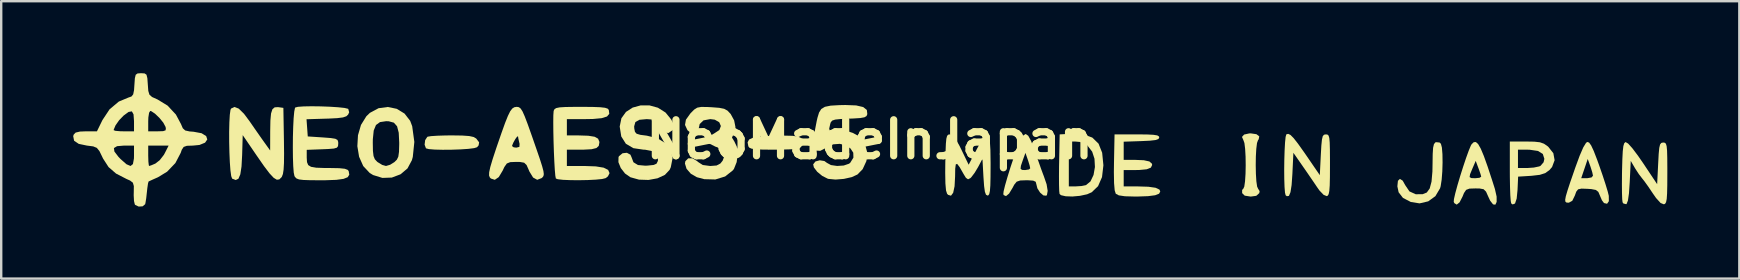
<source format=kicad_pcb>
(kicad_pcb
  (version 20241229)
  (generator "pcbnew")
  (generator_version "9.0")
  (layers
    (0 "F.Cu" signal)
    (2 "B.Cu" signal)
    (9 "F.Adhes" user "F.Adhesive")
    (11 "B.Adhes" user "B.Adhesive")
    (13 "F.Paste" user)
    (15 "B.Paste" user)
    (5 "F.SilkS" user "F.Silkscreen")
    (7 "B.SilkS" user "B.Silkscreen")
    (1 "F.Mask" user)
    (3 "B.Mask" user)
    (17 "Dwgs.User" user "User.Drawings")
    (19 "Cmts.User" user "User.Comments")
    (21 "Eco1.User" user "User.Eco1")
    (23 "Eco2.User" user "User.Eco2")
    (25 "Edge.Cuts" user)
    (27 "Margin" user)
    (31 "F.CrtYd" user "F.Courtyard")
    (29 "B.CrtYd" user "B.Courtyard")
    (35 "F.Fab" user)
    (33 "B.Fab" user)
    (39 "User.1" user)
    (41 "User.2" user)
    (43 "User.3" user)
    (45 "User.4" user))
  (footprint "NeoMadeInJapan"
    (layer "F.Cu")
    (at 33.182 2.761)
    (property "Reference" "NeoMadeInJapan" (at 0 0 0) (layer "F.SilkS") (effects (font (size 1.5 1.5) (thickness 0.3))))
    (attr board_only exclude_from_pos_files exclude_from_bom)
    (fp_poly (pts (xy -3.216 -0.153) (xy -2.99 -0.121) (xy -2.86 -0.062) (xy -2.803 0.031) (xy -2.794 0.12) (xy -2.844 0.297) (xy -2.928 0.373) (xy -3.063 0.394) (xy -3.327 0.411) (xy -3.681 0.421) (xy -4.031 0.425) (xy -4.459 0.421) (xy -4.747 0.408) (xy -4.923 0.382) (xy -5.017 0.339) (xy -5.054 0.286) (xy -5.086 0.12) (xy -5.024 0.002) (xy -4.85 -0.078) (xy -4.545 -0.126) (xy -4.09 -0.151) (xy -4.055 -0.152) (xy -3.563 -0.161)) (stroke (width 0) (type solid)) (fill yes) (layer "F.SilkS"))
    (fp_poly (pts (xy -16.971 -0.164) (xy -16.682 -0.143) (xy -16.499 -0.103) (xy -16.393 -0.04) (xy -16.389 -0.036) (xy -16.271 0.119) (xy -16.292 0.246) (xy -16.358 0.323) (xy -16.475 0.36) (xy -16.72 0.391) (xy -17.048 0.413) (xy -17.419 0.426) (xy -17.79 0.429) (xy -18.119 0.421) (xy -18.365 0.401) (xy -18.485 0.369) (xy -18.486 0.368) (xy -18.542 0.217) (xy -18.519 0.028) (xy -18.431 -0.107) (xy -18.408 -0.118) (xy -18.27 -0.14) (xy -18.006 -0.157) (xy -17.658 -0.168) (xy -17.398 -0.17)) (stroke (width 0) (type solid)) (fill yes) (layer "F.SilkS"))
    (fp_poly (pts (xy 23.742 0.126) (xy 23.799 0.179) (xy 23.84 0.335) (xy 23.863 0.612) (xy 23.868 0.961) (xy 23.857 1.332) (xy 23.83 1.677) (xy 23.788 1.947) (xy 23.765 2.031) (xy 23.569 2.361) (xy 23.271 2.577) (xy 22.91 2.662) (xy 22.545 2.604) (xy 22.218 2.434) (xy 22.037 2.2) (xy 21.985 1.952) (xy 22.008 1.722) (xy 22.091 1.642) (xy 22.207 1.716) (xy 22.311 1.902) (xy 22.488 2.163) (xy 22.75 2.282) (xy 23.04 2.279) (xy 23.211 2.209) (xy 23.332 2.041) (xy 23.408 1.756) (xy 23.445 1.336) (xy 23.451 0.995) (xy 23.457 0.6) (xy 23.474 0.343) (xy 23.509 0.195) (xy 23.566 0.124) (xy 23.588 0.112)) (stroke (width 0) (type solid)) (fill yes) (layer "F.SilkS"))
    (fp_poly (pts (xy 16.113 -0.22) (xy 16.231 -0.131) (xy 16.207 -0.005) (xy 16.181 0.024) (xy 16.137 0.148) (xy 16.107 0.392) (xy 16.089 0.714) (xy 16.084 1.073) (xy 16.091 1.429) (xy 16.11 1.739) (xy 16.142 1.962) (xy 16.186 2.058) (xy 16.187 2.058) (xy 16.246 2.151) (xy 16.232 2.235) (xy 16.107 2.347) (xy 15.875 2.379) (xy 15.625 2.34) (xy 15.518 2.235) (xy 15.518 2.099) (xy 15.563 2.058) (xy 15.607 1.963) (xy 15.639 1.741) (xy 15.659 1.431) (xy 15.666 1.076) (xy 15.661 0.716) (xy 15.643 0.394) (xy 15.613 0.149) (xy 15.569 0.025) (xy 15.569 0.024) (xy 15.511 -0.106) (xy 15.6 -0.205) (xy 15.815 -0.253) (xy 15.875 -0.255)) (stroke (width 0) (type solid)) (fill yes) (layer "F.SilkS"))
    (fp_poly (pts (xy 8.898 -0.214) (xy 9.274 -0.08) (xy 9.535 0.173) (xy 9.686 0.552) (xy 9.737 1.066) (xy 9.737 1.082) (xy 9.68 1.567) (xy 9.515 1.945) (xy 9.25 2.199) (xy 9.061 2.283) (xy 8.758 2.348) (xy 8.444 2.376) (xy 8.165 2.366) (xy 7.971 2.321) (xy 7.911 2.268) (xy 7.897 2.147) (xy 7.889 1.89) (xy 7.887 1.531) (xy 7.89 1.106) (xy 7.893 0.973) (xy 7.91 0.085) (xy 8.297 0.085) (xy 8.297 1.019) (xy 8.297 1.954) (xy 8.587 1.954) (xy 8.828 1.939) (xy 9.009 1.902) (xy 9.013 1.901) (xy 9.2 1.746) (xy 9.327 1.478) (xy 9.385 1.147) (xy 9.366 0.801) (xy 9.27 0.508) (xy 9.06 0.236) (xy 8.769 0.104) (xy 8.557 0.085) (xy 8.297 0.085) (xy 7.91 0.085) (xy 7.916 -0.212) (xy 8.396 -0.238)) (stroke (width 0) (type solid)) (fill yes) (layer "F.SilkS"))
    (fp_poly (pts (xy 27.692 0.091) (xy 27.925 0.117) (xy 28.091 0.176) (xy 28.24 0.278) (xy 28.272 0.305) (xy 28.483 0.572) (xy 28.536 0.863) (xy 28.43 1.148) (xy 28.318 1.277) (xy 28.145 1.401) (xy 27.919 1.473) (xy 27.583 1.512) (xy 27.56 1.514) (xy 27.016 1.548) (xy 26.991 2.105) (xy 26.955 2.465) (xy 26.887 2.667) (xy 26.789 2.707) (xy 26.728 2.664) (xy 26.708 2.562) (xy 26.69 2.322) (xy 26.678 1.975) (xy 26.671 1.553) (xy 26.67 1.345) (xy 26.67 0.425) (xy 27.009 0.425) (xy 27.009 0.807) (xy 27.009 1.189) (xy 27.395 1.189) (xy 27.669 1.17) (xy 27.893 1.123) (xy 27.946 1.101) (xy 28.077 0.949) (xy 28.109 0.807) (xy 28.044 0.603) (xy 27.842 0.478) (xy 27.495 0.427) (xy 27.395 0.425) (xy 27.009 0.425) (xy 26.67 0.425) (xy 26.67 0.085) (xy 27.341 0.085)) (stroke (width 0) (type solid)) (fill yes) (layer "F.SilkS"))
    (fp_poly (pts (xy 11.551 -0.209) (xy 11.825 -0.195) (xy 11.984 -0.169) (xy 12.054 -0.125) (xy 12.065 -0.085) (xy 12.032 -0.02) (xy 11.913 0.023) (xy 11.68 0.05) (xy 11.324 0.067) (xy 10.583 0.092) (xy 10.583 0.471) (xy 10.583 0.849) (xy 11.042 0.849) (xy 11.422 0.865) (xy 11.654 0.916) (xy 11.758 1.007) (xy 11.769 1.062) (xy 11.715 1.173) (xy 11.543 1.241) (xy 11.231 1.271) (xy 11.042 1.274) (xy 10.583 1.274) (xy 10.583 1.614) (xy 10.583 1.954) (xy 11.155 1.955) (xy 11.611 1.969) (xy 11.912 2.012) (xy 12.072 2.087) (xy 12.107 2.166) (xy 12.057 2.259) (xy 11.894 2.323) (xy 11.602 2.361) (xy 11.163 2.377) (xy 11.038 2.377) (xy 10.635 2.366) (xy 10.38 2.328) (xy 10.253 2.261) (xy 10.253 2.261) (xy 10.208 2.118) (xy 10.182 1.818) (xy 10.174 1.357) (xy 10.179 0.965) (xy 10.202 -0.212) (xy 11.134 -0.212)) (stroke (width 0) (type solid)) (fill yes) (layer "F.SilkS"))
    (fp_poly (pts (xy -26.285 -1.285) (xy -26.067 -1.071) (xy -25.838 -0.765) (xy -25.616 -0.444) (xy -25.395 -0.128) (xy -25.222 0.117) (xy -25.217 0.123) (xy -24.977 0.458) (xy -24.975 -0.344) (xy -24.967 -0.786) (xy -24.94 -1.082) (xy -24.883 -1.259) (xy -24.79 -1.339) (xy -24.651 -1.348) (xy -24.628 -1.345) (xy -24.426 -1.317) (xy -24.403 0.045) (xy -24.397 0.585) (xy -24.401 0.98) (xy -24.417 1.256) (xy -24.445 1.438) (xy -24.489 1.552) (xy -24.504 1.574) (xy -24.597 1.664) (xy -24.7 1.676) (xy -24.83 1.597) (xy -25.002 1.413) (xy -25.232 1.11) (xy -25.527 0.686) (xy -26.12 -0.182) (xy -26.144 0.647) (xy -26.17 1.127) (xy -26.22 1.452) (xy -26.298 1.635) (xy -26.411 1.689) (xy -26.561 1.631) (xy -26.599 1.525) (xy -26.632 1.285) (xy -26.657 0.945) (xy -26.674 0.54) (xy -26.684 0.105) (xy -26.685 -0.324) (xy -26.676 -0.714) (xy -26.658 -1.028) (xy -26.63 -1.231) (xy -26.607 -1.287) (xy -26.461 -1.355)) (stroke (width 0) (type solid)) (fill yes) (layer "F.SilkS"))
    (fp_poly (pts (xy -19.702 -1.277) (xy -19.379 -1.08) (xy -19.143 -0.776) (xy -19.059 -0.551) (xy -18.97 0.102) (xy -19.034 0.725) (xy -19.071 0.862) (xy -19.255 1.206) (xy -19.547 1.451) (xy -19.908 1.587) (xy -20.301 1.601) (xy -20.687 1.482) (xy -20.828 1.396) (xy -21.099 1.107) (xy -21.271 0.721) (xy -21.344 0.28) (xy -21.336 0.139) (xy -20.701 0.139) (xy -20.695 0.476) (xy -20.67 0.689) (xy -20.615 0.825) (xy -20.518 0.928) (xy -20.501 0.942) (xy -20.308 1.06) (xy -20.151 1.104) (xy -19.978 1.053) (xy -19.8 0.942) (xy -19.697 0.84) (xy -19.637 0.714) (xy -19.609 0.516) (xy -19.6 0.203) (xy -19.6 0.128) (xy -19.62 -0.281) (xy -19.689 -0.549) (xy -19.822 -0.7) (xy -20.035 -0.758) (xy -20.146 -0.762) (xy -20.401 -0.724) (xy -20.568 -0.603) (xy -20.662 -0.373) (xy -20.699 -0.009) (xy -20.701 0.139) (xy -21.336 0.139) (xy -21.318 -0.176) (xy -21.193 -0.606) (xy -20.969 -0.967) (xy -20.822 -1.109) (xy -20.46 -1.303) (xy -20.074 -1.355)) (stroke (width 0) (type solid)) (fill yes) (layer "F.SilkS"))
    (fp_poly (pts (xy 29.972 0.129) (xy 30.058 0.248) (xy 30.166 0.479) (xy 30.307 0.843) (xy 30.392 1.079) (xy 30.534 1.489) (xy 30.657 1.865) (xy 30.748 2.165) (xy 30.793 2.347) (xy 30.796 2.572) (xy 30.722 2.678) (xy 30.594 2.649) (xy 30.507 2.533) (xy 30.423 2.336) (xy 30.357 2.183) (xy 30.255 2.103) (xy 30.064 2.067) (xy 29.91 2.056) (xy 29.655 2.047) (xy 29.515 2.077) (xy 29.438 2.174) (xy 29.381 2.332) (xy 29.272 2.555) (xy 29.129 2.633) (xy 29.109 2.633) (xy 29.033 2.628) (xy 28.987 2.595) (xy 28.976 2.515) (xy 29.003 2.365) (xy 29.074 2.123) (xy 29.191 1.768) (xy 29.245 1.614) (xy 29.644 1.614) (xy 29.892 1.614) (xy 30.074 1.582) (xy 30.135 1.508) (xy 30.103 1.361) (xy 30.034 1.141) (xy 30.022 1.107) (xy 29.916 0.812) (xy 29.78 1.213) (xy 29.644 1.614) (xy 29.245 1.614) (xy 29.361 1.278) (xy 29.391 1.19) (xy 29.579 0.678) (xy 29.73 0.329) (xy 29.845 0.141) (xy 29.898 0.103)) (stroke (width 0) (type solid)) (fill yes) (layer "F.SilkS"))
    (fp_poly (pts (xy 25.352 0.194) (xy 25.46 0.384) (xy 25.589 0.691) (xy 25.745 1.128) (xy 25.936 1.708) (xy 26.049 2.064) (xy 26.12 2.379) (xy 26.121 2.602) (xy 26.067 2.716) (xy 25.972 2.704) (xy 25.851 2.55) (xy 25.771 2.379) (xy 25.679 2.173) (xy 25.578 2.073) (xy 25.407 2.041) (xy 25.234 2.039) (xy 24.988 2.047) (xy 24.85 2.099) (xy 24.76 2.232) (xy 24.7 2.379) (xy 24.576 2.62) (xy 24.458 2.714) (xy 24.359 2.653) (xy 24.333 2.599) (xy 24.343 2.481) (xy 24.398 2.24) (xy 24.487 1.912) (xy 24.59 1.565) (xy 24.994 1.565) (xy 25.063 1.608) (xy 25.231 1.614) (xy 25.407 1.596) (xy 25.478 1.551) (xy 25.478 1.55) (xy 25.447 1.435) (xy 25.377 1.233) (xy 25.36 1.189) (xy 25.249 0.892) (xy 25.113 1.208) (xy 25.015 1.445) (xy 24.994 1.565) (xy 24.59 1.565) (xy 24.599 1.534) (xy 24.723 1.143) (xy 24.846 0.775) (xy 24.957 0.468) (xy 25.045 0.256) (xy 25.083 0.191) (xy 25.17 0.111) (xy 25.258 0.108)) (stroke (width 0) (type solid)) (fill yes) (layer "F.SilkS"))
    (fp_poly (pts (xy 6.607 -0.155) (xy 6.723 0.059) (xy 6.858 0.41) (xy 6.907 0.552) (xy 7.032 0.912) (xy 7.145 1.233) (xy 7.231 1.465) (xy 7.256 1.529) (xy 7.372 1.868) (xy 7.416 2.141) (xy 7.386 2.313) (xy 7.357 2.342) (xy 7.237 2.33) (xy 7.1 2.212) (xy 6.987 2.035) (xy 6.943 1.859) (xy 6.917 1.762) (xy 6.812 1.714) (xy 6.588 1.699) (xy 6.526 1.699) (xy 6.272 1.708) (xy 6.124 1.759) (xy 6.022 1.885) (xy 5.955 2.013) (xy 5.808 2.254) (xy 5.68 2.359) (xy 5.586 2.318) (xy 5.568 2.277) (xy 5.58 2.161) (xy 5.64 1.915) (xy 5.738 1.573) (xy 5.847 1.222) (xy 6.287 1.222) (xy 6.351 1.268) (xy 6.477 1.274) (xy 6.636 1.249) (xy 6.689 1.202) (xy 6.663 1.079) (xy 6.6 0.874) (xy 6.589 0.844) (xy 6.49 0.558) (xy 6.384 0.852) (xy 6.301 1.097) (xy 6.287 1.222) (xy 5.847 1.222) (xy 5.865 1.164) (xy 5.927 0.977) (xy 6.111 0.441) (xy 6.261 0.065) (xy 6.386 -0.157) (xy 6.498 -0.229)) (stroke (width 0) (type solid)) (fill yes) (layer "F.SilkS"))
    (fp_poly (pts (xy 17.534 -0.187) (xy 17.664 -0.056) (xy 17.845 0.175) (xy 18.094 0.525) (xy 18.22 0.707) (xy 18.754 1.487) (xy 18.796 0.637) (xy 18.818 0.25) (xy 18.843 0.002) (xy 18.877 -0.138) (xy 18.93 -0.199) (xy 19.008 -0.212) (xy 19.008 -0.212) (xy 19.073 -0.204) (xy 19.119 -0.162) (xy 19.149 -0.061) (xy 19.166 0.123) (xy 19.174 0.417) (xy 19.177 0.846) (xy 19.177 1.061) (xy 19.175 1.558) (xy 19.167 1.911) (xy 19.15 2.143) (xy 19.122 2.279) (xy 19.08 2.344) (xy 19.043 2.36) (xy 18.913 2.307) (xy 18.742 2.129) (xy 18.664 2.021) (xy 18.49 1.764) (xy 18.267 1.438) (xy 18.041 1.112) (xy 18.037 1.106) (xy 17.653 0.555) (xy 17.611 1.439) (xy 17.579 1.897) (xy 17.532 2.196) (xy 17.468 2.349) (xy 17.382 2.364) (xy 17.33 2.324) (xy 17.303 2.214) (xy 17.284 1.975) (xy 17.273 1.642) (xy 17.27 1.255) (xy 17.275 0.849) (xy 17.287 0.462) (xy 17.305 0.131) (xy 17.329 -0.107) (xy 17.359 -0.213) (xy 17.36 -0.215) (xy 17.438 -0.234)) (stroke (width 0) (type solid)) (fill yes) (layer "F.SilkS"))
    (fp_poly (pts (xy 4.963 -0.151) (xy 5.007 0.065) (xy 5.03 0.436) (xy 5.038 0.97) (xy 5.038 1.062) (xy 5.035 1.561) (xy 5.027 1.913) (xy 5.01 2.143) (xy 4.982 2.274) (xy 4.941 2.329) (xy 4.911 2.336) (xy 4.846 2.301) (xy 4.8 2.177) (xy 4.767 1.936) (xy 4.741 1.572) (xy 4.699 0.807) (xy 4.515 1.153) (xy 4.374 1.388) (xy 4.238 1.568) (xy 4.199 1.608) (xy 4.099 1.659) (xy 4.01 1.598) (xy 3.917 1.447) (xy 3.75 1.154) (xy 3.645 1.017) (xy 3.588 1.037) (xy 3.564 1.22) (xy 3.559 1.54) (xy 3.537 1.95) (xy 3.479 2.22) (xy 3.388 2.342) (xy 3.269 2.307) (xy 3.226 2.262) (xy 3.181 2.123) (xy 3.155 1.832) (xy 3.147 1.383) (xy 3.151 0.965) (xy 3.162 0.497) (xy 3.175 0.173) (xy 3.195 -0.034) (xy 3.226 -0.15) (xy 3.272 -0.201) (xy 3.338 -0.212) (xy 3.344 -0.212) (xy 3.456 -0.168) (xy 3.582 -0.02) (xy 3.738 0.256) (xy 3.819 0.42) (xy 4.124 1.051) (xy 4.454 0.42) (xy 4.642 0.075) (xy 4.786 -0.139) (xy 4.891 -0.217)) (stroke (width 0) (type solid)) (fill yes) (layer "F.SilkS"))
    (fp_poly (pts (xy 31.599 0.17) (xy 31.773 0.363) (xy 32.007 0.673) (xy 32.216 0.975) (xy 32.808 1.862) (xy 32.851 0.995) (xy 32.872 0.603) (xy 32.896 0.35) (xy 32.93 0.207) (xy 32.981 0.143) (xy 33.057 0.127) (xy 33.062 0.127) (xy 33.127 0.136) (xy 33.173 0.178) (xy 33.203 0.278) (xy 33.221 0.463) (xy 33.229 0.757) (xy 33.232 1.186) (xy 33.232 1.401) (xy 33.23 1.895) (xy 33.222 2.245) (xy 33.207 2.475) (xy 33.18 2.611) (xy 33.139 2.679) (xy 33.088 2.701) (xy 32.951 2.646) (xy 32.761 2.437) (xy 32.622 2.238) (xy 32.44 1.967) (xy 32.276 1.739) (xy 32.173 1.609) (xy 32.046 1.444) (xy 31.899 1.218) (xy 31.877 1.181) (xy 31.708 0.892) (xy 31.665 1.777) (xy 31.634 2.242) (xy 31.591 2.543) (xy 31.535 2.685) (xy 31.517 2.697) (xy 31.398 2.665) (xy 31.367 2.615) (xy 31.352 2.491) (xy 31.343 2.231) (xy 31.34 1.871) (xy 31.343 1.445) (xy 31.345 1.314) (xy 31.358 0.831) (xy 31.375 0.493) (xy 31.4 0.277) (xy 31.436 0.158) (xy 31.485 0.111) (xy 31.496 0.109)) (stroke (width 0) (type solid)) (fill yes) (layer "F.SilkS"))
    (fp_poly (pts (xy -11.55 -1.356) (xy -11.23 -1.344) (xy -11.026 -1.321) (xy -10.914 -1.284) (xy -10.868 -1.231) (xy -10.848 -1.07) (xy -10.942 -0.958) (xy -11.164 -0.888) (xy -11.529 -0.854) (xy -11.821 -0.849) (xy -12.615 -0.849) (xy -12.615 -0.51) (xy -12.615 -0.17) (xy -12.129 -0.169) (xy -11.723 -0.156) (xy -11.46 -0.114) (xy -11.315 -0.034) (xy -11.262 0.093) (xy -11.261 0.128) (xy -11.287 0.268) (xy -11.386 0.357) (xy -11.587 0.406) (xy -11.917 0.424) (xy -12.072 0.425) (xy -12.615 0.425) (xy -12.615 0.765) (xy -12.615 1.104) (xy -11.89 1.104) (xy -11.41 1.121) (xy -11.083 1.174) (xy -10.896 1.267) (xy -10.837 1.402) (xy -10.904 1.536) (xy -11.001 1.611) (xy -11.147 1.647) (xy -11.408 1.673) (xy -11.743 1.69) (xy -12.11 1.697) (xy -12.468 1.694) (xy -12.776 1.681) (xy -12.992 1.656) (xy -13.074 1.626) (xy -13.096 1.511) (xy -13.118 1.263) (xy -13.138 0.917) (xy -13.156 0.51) (xy -13.17 0.078) (xy -13.179 -0.343) (xy -13.182 -0.718) (xy -13.179 -1.009) (xy -13.167 -1.18) (xy -13.162 -1.2) (xy -13.128 -1.266) (xy -13.054 -1.31) (xy -12.913 -1.338) (xy -12.677 -1.353) (xy -12.317 -1.358) (xy -12.014 -1.359)) (stroke (width 0) (type solid)) (fill yes) (layer "F.SilkS"))
    (fp_poly (pts (xy -14.616 -1.346) (xy -14.542 -1.291) (xy -14.464 -1.171) (xy -14.371 -0.963) (xy -14.249 -0.643) (xy -14.087 -0.187) (xy -14.064 -0.122) (xy -13.875 0.422) (xy -13.736 0.827) (xy -13.644 1.118) (xy -13.592 1.315) (xy -13.576 1.443) (xy -13.591 1.522) (xy -13.63 1.576) (xy -13.667 1.609) (xy -13.851 1.68) (xy -14.023 1.585) (xy -14.179 1.329) (xy -14.201 1.274) (xy -14.293 1.067) (xy -14.394 0.968) (xy -14.566 0.937) (xy -14.73 0.934) (xy -14.976 0.944) (xy -15.117 1.001) (xy -15.219 1.146) (xy -15.289 1.295) (xy -15.452 1.567) (xy -15.617 1.68) (xy -15.779 1.628) (xy -15.825 1.581) (xy -15.857 1.501) (xy -15.852 1.364) (xy -15.805 1.146) (xy -15.709 0.822) (xy -15.559 0.367) (xy -15.53 0.282) (xy -15.528 0.276) (xy -14.898 0.276) (xy -14.829 0.327) (xy -14.722 0.34) (xy -14.594 0.309) (xy -14.585 0.184) (xy -14.594 0.149) (xy -14.636 -0.038) (xy -14.649 -0.127) (xy -14.684 -0.123) (xy -14.759 -0.023) (xy -14.84 0.119) (xy -14.893 0.246) (xy -14.898 0.276) (xy -15.528 0.276) (xy -15.338 -0.274) (xy -15.189 -0.689) (xy -15.071 -0.983) (xy -14.975 -1.177) (xy -14.889 -1.29) (xy -14.804 -1.344) (xy -14.708 -1.359) (xy -14.697 -1.359)) (stroke (width 0) (type solid)) (fill yes) (layer "F.SilkS"))
    (fp_poly (pts (xy -9.177 -1.421) (xy -8.822 -1.323) (xy -8.506 -1.124) (xy -8.268 -0.833) (xy -8.162 -0.623) (xy -8.147 -0.492) (xy -8.205 -0.392) (xy -8.387 -0.267) (xy -8.578 -0.306) (xy -8.766 -0.507) (xy -8.794 -0.552) (xy -8.934 -0.749) (xy -9.087 -0.833) (xy -9.289 -0.848) (xy -9.595 -0.82) (xy -9.761 -0.725) (xy -9.812 -0.547) (xy -9.807 -0.458) (xy -9.779 -0.319) (xy -9.709 -0.239) (xy -9.552 -0.193) (xy -9.286 -0.159) (xy -8.84 -0.05) (xy -8.503 0.158) (xy -8.289 0.442) (xy -8.212 0.782) (xy -8.286 1.157) (xy -8.334 1.263) (xy -8.53 1.473) (xy -8.838 1.617) (xy -9.214 1.686) (xy -9.611 1.673) (xy -9.969 1.573) (xy -10.194 1.416) (xy -10.369 1.19) (xy -10.468 0.945) (xy -10.463 0.734) (xy -10.444 0.696) (xy -10.295 0.574) (xy -10.115 0.554) (xy -9.968 0.633) (xy -9.922 0.737) (xy -9.841 0.949) (xy -9.656 1.064) (xy -9.346 1.092) (xy -9.256 1.088) (xy -9.006 1.062) (xy -8.879 1.008) (xy -8.827 0.901) (xy -8.818 0.854) (xy -8.858 0.632) (xy -9.041 0.487) (xy -9.355 0.426) (xy -9.418 0.425) (xy -9.846 0.362) (xy -10.158 0.177) (xy -10.349 -0.126) (xy -10.414 -0.539) (xy -10.343 -0.884) (xy -10.153 -1.148) (xy -9.874 -1.329) (xy -9.538 -1.421)) (stroke (width 0) (type solid)) (fill yes) (layer "F.SilkS"))
    (fp_poly (pts (xy -22.873 -1.379) (xy -22.494 -1.365) (xy -22.151 -1.343) (xy -21.884 -1.315) (xy -21.736 -1.28) (xy -21.722 -1.271) (xy -21.685 -1.132) (xy -21.728 -1.038) (xy -21.803 -0.967) (xy -21.943 -0.919) (xy -22.181 -0.889) (xy -22.55 -0.87) (xy -22.641 -0.868) (xy -23.462 -0.843) (xy -23.436 -0.485) (xy -23.41 -0.127) (xy -22.775 -0.085) (xy -22.452 -0.06) (xy -22.263 -0.03) (xy -22.171 0.02) (xy -22.142 0.104) (xy -22.14 0.17) (xy -22.149 0.277) (xy -22.198 0.342) (xy -22.322 0.378) (xy -22.556 0.397) (xy -22.797 0.407) (xy -23.453 0.432) (xy -23.453 0.759) (xy -23.442 0.943) (xy -23.392 1.066) (xy -23.273 1.139) (xy -23.057 1.176) (xy -22.716 1.188) (xy -22.469 1.189) (xy -22.1 1.196) (xy -21.869 1.22) (xy -21.745 1.266) (xy -21.705 1.318) (xy -21.68 1.465) (xy -21.745 1.571) (xy -21.92 1.641) (xy -22.222 1.682) (xy -22.668 1.698) (xy -22.867 1.699) (xy -23.296 1.697) (xy -23.587 1.687) (xy -23.771 1.665) (xy -23.878 1.625) (xy -23.941 1.562) (xy -23.964 1.524) (xy -23.994 1.382) (xy -24.015 1.113) (xy -24.028 0.752) (xy -24.032 0.336) (xy -24.029 -0.099) (xy -24.017 -0.518) (xy -23.999 -0.885) (xy -23.973 -1.162) (xy -23.942 -1.316) (xy -23.932 -1.331) (xy -23.818 -1.361) (xy -23.577 -1.378) (xy -23.248 -1.384)) (stroke (width 0) (type solid)) (fill yes) (layer "F.SilkS"))
    (fp_poly (pts (xy -6.766 -1.353) (xy -6.593 -1.344) (xy -6.268 -1.319) (xy -6.062 -1.278) (xy -5.923 -1.202) (xy -5.802 -1.074) (xy -5.789 -1.058) (xy -5.647 -0.797) (xy -5.591 -0.515) (xy -5.63 -0.274) (xy -5.688 -0.189) (xy -5.736 -0.078) (xy -5.649 0.064) (xy -5.645 0.068) (xy -5.534 0.299) (xy -5.5 0.613) (xy -5.541 0.943) (xy -5.653 1.223) (xy -5.697 1.283) (xy -6.02 1.54) (xy -6.428 1.666) (xy -6.889 1.654) (xy -7.197 1.573) (xy -7.451 1.427) (xy -7.629 1.221) (xy -7.696 1.002) (xy -7.679 0.905) (xy -7.56 0.785) (xy -7.378 0.786) (xy -7.183 0.905) (xy -7.154 0.934) (xy -6.955 1.063) (xy -6.649 1.104) (xy -6.635 1.104) (xy -6.379 1.084) (xy -6.221 1.002) (xy -6.125 0.883) (xy -6.038 0.65) (xy -6.113 0.464) (xy -6.35 0.324) (xy -6.418 0.302) (xy -6.663 0.18) (xy -6.753 0.028) (xy -6.684 -0.129) (xy -6.467 -0.259) (xy -6.262 -0.394) (xy -6.199 -0.561) (xy -6.267 -0.718) (xy -6.453 -0.825) (xy -6.64 -0.849) (xy -6.923 -0.796) (xy -7.082 -0.643) (xy -7.112 -0.498) (xy -7.179 -0.351) (xy -7.333 -0.284) (xy -7.506 -0.314) (xy -7.592 -0.388) (xy -7.693 -0.606) (xy -7.655 -0.825) (xy -7.473 -1.08) (xy -7.45 -1.105) (xy -7.309 -1.247) (xy -7.183 -1.326) (xy -7.02 -1.356)) (stroke (width 0) (type solid)) (fill yes) (layer "F.SilkS"))
    (fp_poly (pts (xy -0.564 -1.419) (xy -0.269 -1.351) (xy -0.118 -1.229) (xy -0.098 -1.056) (xy -0.131 -0.976) (xy -0.218 -0.924) (xy -0.392 -0.893) (xy -0.686 -0.874) (xy -0.86 -0.868) (xy -1.215 -0.852) (xy -1.436 -0.829) (xy -1.559 -0.788) (xy -1.619 -0.719) (xy -1.641 -0.655) (xy -1.686 -0.452) (xy -1.665 -0.376) (xy -1.57 -0.393) (xy -1.565 -0.394) (xy -1.328 -0.421) (xy -1.017 -0.375) (xy -0.7 -0.273) (xy -0.447 -0.134) (xy -0.428 -0.119) (xy -0.201 0.174) (xy -0.104 0.528) (xy -0.135 0.897) (xy -0.292 1.237) (xy -0.509 1.459) (xy -0.746 1.568) (xy -1.076 1.642) (xy -1.424 1.67) (xy -1.715 1.642) (xy -1.751 1.632) (xy -1.979 1.516) (xy -2.186 1.345) (xy -2.324 1.164) (xy -2.354 1.036) (xy -2.259 0.916) (xy -2.079 0.867) (xy -1.886 0.898) (xy -1.782 0.973) (xy -1.613 1.066) (xy -1.356 1.103) (xy -1.081 1.085) (xy -0.861 1.01) (xy -0.81 0.971) (xy -0.677 0.756) (xy -0.683 0.551) (xy -0.799 0.375) (xy -0.997 0.245) (xy -1.245 0.182) (xy -1.516 0.202) (xy -1.78 0.324) (xy -1.809 0.346) (xy -2.059 0.473) (xy -2.21 0.465) (xy -2.311 0.415) (xy -2.355 0.321) (xy -2.352 0.136) (xy -2.331 -0.047) (xy -2.276 -0.407) (xy -2.204 -0.779) (xy -2.175 -0.906) (xy -2.108 -1.124) (xy -2.015 -1.271) (xy -1.865 -1.361) (xy -1.625 -1.41) (xy -1.265 -1.431) (xy -1.011 -1.436)) (stroke (width 0) (type solid)) (fill yes) (layer "F.SilkS"))
    (fp_poly (pts (xy -30.207 -2.752) (xy -30.129 -2.698) (xy -30.093 -2.556) (xy -30.074 -2.293) (xy -30.054 -2.023) (xy -30.007 -1.868) (xy -29.897 -1.77) (xy -29.688 -1.675) (xy -29.674 -1.67) (xy -29.251 -1.412) (xy -28.904 -1.04) (xy -28.694 -0.647) (xy -28.616 -0.467) (xy -28.515 -0.375) (xy -28.334 -0.335) (xy -28.166 -0.322) (xy -27.833 -0.26) (xy -27.643 -0.142) (xy -27.596 -0.001) (xy -27.689 0.133) (xy -27.921 0.228) (xy -28.198 0.255) (xy -28.446 0.263) (xy -28.58 0.31) (xy -28.659 0.43) (xy -28.704 0.559) (xy -28.925 0.982) (xy -29.27 1.342) (xy -29.65 1.573) (xy -29.871 1.671) (xy -30.016 1.738) (xy -30.043 1.752) (xy -30.067 1.84) (xy -30.096 2.043) (xy -30.111 2.181) (xy -30.14 2.445) (xy -30.172 2.645) (xy -30.185 2.697) (xy -30.288 2.785) (xy -30.455 2.795) (xy -30.598 2.727) (xy -30.616 2.703) (xy -30.649 2.564) (xy -30.662 2.324) (xy -30.659 2.191) (xy -30.656 1.941) (xy -30.696 1.801) (xy -30.813 1.711) (xy -30.963 1.644) (xy -31.398 1.42) (xy -31.709 1.15) (xy -31.939 0.794) (xy -31.969 0.731) (xy -32.09 0.483) (xy -32.191 0.358) (xy -31.486 0.358) (xy -31.466 0.502) (xy -31.299 0.721) (xy -31.208 0.816) (xy -30.961 1.033) (xy -30.793 1.104) (xy -30.694 1.025) (xy -30.652 0.794) (xy -30.649 0.68) (xy -30.649 0.255) (xy -30.057 0.255) (xy -30.057 0.68) (xy -30.05 0.922) (xy -30.032 1.076) (xy -30.018 1.104) (xy -29.922 1.073) (xy -29.758 1.003) (xy -29.577 0.862) (xy -29.405 0.64) (xy -29.371 0.578) (xy -29.207 0.255) (xy -29.632 0.255) (xy -30.057 0.255) (xy -30.649 0.255) (xy -31.073 0.255) (xy -31.355 0.279) (xy -31.486 0.358) (xy -32.191 0.358) (xy -32.198 0.35) (xy -32.347 0.288) (xy -32.596 0.256) (xy -32.607 0.255) (xy -32.952 0.183) (xy -33.145 0.052) (xy -33.182 -0.137) (xy -33.163 -0.201) (xy -33.082 -0.287) (xy -32.9 -0.33) (xy -32.652 -0.34) (xy -32.193 -0.34) (xy -32.17 -0.388) (xy -31.496 -0.388) (xy -31.42 -0.36) (xy -31.225 -0.343) (xy -31.073 -0.34) (xy -30.649 -0.34) (xy -30.057 -0.34) (xy -29.67 -0.34) (xy -29.436 -0.347) (xy -29.333 -0.382) (xy -29.322 -0.468) (xy -29.338 -0.531) (xy -29.429 -0.701) (xy -29.59 -0.899) (xy -29.774 -1.075) (xy -29.93 -1.179) (xy -29.973 -1.189) (xy -30.021 -1.113) (xy -30.051 -0.918) (xy -30.057 -0.765) (xy -30.057 -0.34) (xy -30.649 -0.34) (xy -30.649 -0.765) (xy -30.669 -1.047) (xy -30.738 -1.171) (xy -30.875 -1.148) (xy -31.083 -0.995) (xy -31.269 -0.802) (xy -31.42 -0.586) (xy -31.494 -0.41) (xy -31.496 -0.388) (xy -32.17 -0.388) (xy -31.963 -0.811) (xy -31.666 -1.258) (xy -31.282 -1.58) (xy -30.886 -1.745) (xy -30.755 -1.791) (xy -30.683 -1.88) (xy -30.647 -2.057) (xy -30.632 -2.281) (xy -30.613 -2.552) (xy -30.578 -2.696) (xy -30.502 -2.751) (xy -30.361 -2.761) (xy -30.353 -2.761)) (stroke (width 0) (type solid)) (fill yes) (layer "F.SilkS")))
  (gr_rect
    (start -3 -3)
    (end 69.414 8.556)
    (stroke (width 0.1) (type default))
    (fill no)
    (layer "Edge.Cuts")))
</source>
